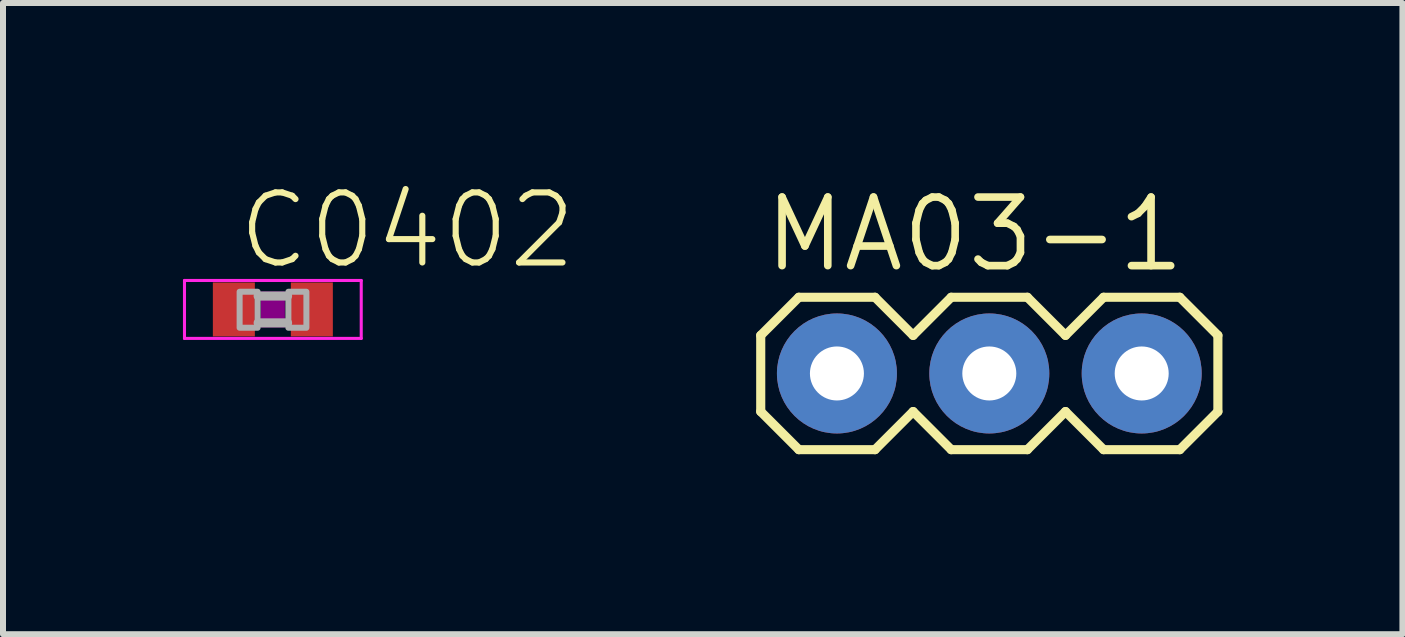
<source format=kicad_pcb>
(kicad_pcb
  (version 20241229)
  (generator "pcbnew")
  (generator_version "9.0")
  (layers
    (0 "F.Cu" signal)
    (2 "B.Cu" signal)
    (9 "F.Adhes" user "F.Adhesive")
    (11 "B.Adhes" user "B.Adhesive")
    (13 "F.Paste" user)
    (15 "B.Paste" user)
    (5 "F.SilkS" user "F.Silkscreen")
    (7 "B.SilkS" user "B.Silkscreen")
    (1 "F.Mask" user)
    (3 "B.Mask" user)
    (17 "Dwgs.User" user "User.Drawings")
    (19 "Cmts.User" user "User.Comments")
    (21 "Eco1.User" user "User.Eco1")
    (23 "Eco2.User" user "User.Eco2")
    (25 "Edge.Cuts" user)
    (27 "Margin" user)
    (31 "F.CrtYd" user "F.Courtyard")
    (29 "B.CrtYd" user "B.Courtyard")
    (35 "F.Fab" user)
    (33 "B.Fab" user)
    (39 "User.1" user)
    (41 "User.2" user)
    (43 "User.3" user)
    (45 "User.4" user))
  (footprint "MA03-1"
    (layer "F.Cu")
    (at 13.44 3.175)
    (property "Reference" "MA03-1" (at -3.81 -1.651 0) (layer "F.SilkS") (effects (font (size 1.143 1.143) (thickness 0.127)) (justify left bottom)))
    (fp_line (start -3.81 -0.635) (end -3.81 0.635) (stroke (width 0.152) (type solid)) (layer "F.SilkS"))
    (fp_line (start -3.81 0.635) (end -3.175 1.27) (stroke (width 0.152) (type solid)) (layer "F.SilkS"))
    (fp_line (start -3.175 -1.27) (end -3.81 -0.635) (stroke (width 0.152) (type solid)) (layer "F.SilkS"))
    (fp_line (start -3.175 -1.27) (end -1.905 -1.27) (stroke (width 0.152) (type solid)) (layer "F.SilkS"))
    (fp_line (start -1.905 -1.27) (end -1.27 -0.635) (stroke (width 0.152) (type solid)) (layer "F.SilkS"))
    (fp_line (start -1.905 1.27) (end -3.175 1.27) (stroke (width 0.152) (type solid)) (layer "F.SilkS"))
    (fp_line (start -1.27 -0.635) (end -0.635 -1.27) (stroke (width 0.152) (type solid)) (layer "F.SilkS"))
    (fp_line (start -1.27 0.635) (end -1.905 1.27) (stroke (width 0.152) (type solid)) (layer "F.SilkS"))
    (fp_line (start -0.635 -1.27) (end 0.635 -1.27) (stroke (width 0.152) (type solid)) (layer "F.SilkS"))
    (fp_line (start -0.635 1.27) (end -1.27 0.635) (stroke (width 0.152) (type solid)) (layer "F.SilkS"))
    (fp_line (start 0.635 -1.27) (end 1.27 -0.635) (stroke (width 0.152) (type solid)) (layer "F.SilkS"))
    (fp_line (start 0.635 1.27) (end -0.635 1.27) (stroke (width 0.152) (type solid)) (layer "F.SilkS"))
    (fp_line (start 1.27 -0.635) (end 1.905 -1.27) (stroke (width 0.152) (type solid)) (layer "F.SilkS"))
    (fp_line (start 1.27 0.635) (end 0.635 1.27) (stroke (width 0.152) (type solid)) (layer "F.SilkS"))
    (fp_line (start 1.905 -1.27) (end 3.175 -1.27) (stroke (width 0.152) (type solid)) (layer "F.SilkS"))
    (fp_line (start 1.905 1.27) (end 1.27 0.635) (stroke (width 0.152) (type solid)) (layer "F.SilkS"))
    (fp_line (start 3.175 -1.27) (end 3.81 -0.635) (stroke (width 0.152) (type solid)) (layer "F.SilkS"))
    (fp_line (start 3.175 1.27) (end 1.905 1.27) (stroke (width 0.152) (type solid)) (layer "F.SilkS"))
    (fp_line (start 3.81 -0.635) (end 3.81 0.635) (stroke (width 0.152) (type solid)) (layer "F.SilkS"))
    (fp_line (start 3.81 0.635) (end 3.175 1.27) (stroke (width 0.152) (type solid)) (layer "F.SilkS"))
    (fp_poly (pts (xy -2.794 0.254) (xy -2.286 0.254) (xy -2.286 -0.254) (xy -2.794 -0.254)) (stroke (width 0.1) (type solid)) (fill no) (layer "F.Fab"))
    (fp_poly (pts (xy -0.254 0.254) (xy 0.254 0.254) (xy 0.254 -0.254) (xy -0.254 -0.254)) (stroke (width 0.1) (type solid)) (fill no) (layer "F.Fab"))
    (fp_poly (pts (xy 2.286 0.254) (xy 2.794 0.254) (xy 2.794 -0.254) (xy 2.286 -0.254)) (stroke (width 0.1) (type solid)) (fill no) (layer "F.Fab"))
    (pad "1" thru_hole circle (at -2.54 0 90) (size 2 2) (drill 0.9) (layers "*.Cu" "*.Mask"))
    (pad "2" thru_hole circle (at 0 0 90) (size 2 2) (drill 0.9) (layers "*.Cu" "*.Mask"))
    (pad "3" thru_hole circle (at 2.54 0 90) (size 2 2) (drill 0.9) (layers "*.Cu" "*.Mask")))
  (footprint "C0402"
    (layer "F.Cu")
    (at 1.498 2.108)
    (property "Reference" "C0402" (at -0.635 -0.635 0) (layer "F.SilkS") (effects (font (size 1.168 1.168) (thickness 0.102)) (justify left bottom)))
    (fp_poly (pts (xy -0.2 0.3) (xy 0.2 0.3) (xy 0.2 -0.3) (xy -0.2 -0.3)) (stroke (width 0) (type solid)) (fill yes) (layer "F.Adhes"))
    (fp_line (start -1.473 -0.483) (end 1.473 -0.483) (stroke (width 0.051) (type solid)) (layer "F.CrtYd"))
    (fp_line (start -1.473 0.483) (end -1.473 -0.483) (stroke (width 0.051) (type solid)) (layer "F.CrtYd"))
    (fp_line (start 1.473 -0.483) (end 1.473 0.483) (stroke (width 0.051) (type solid)) (layer "F.CrtYd"))
    (fp_line (start 1.473 0.483) (end -1.473 0.483) (stroke (width 0.051) (type solid)) (layer "F.CrtYd"))
    (fp_line (start -0.245 -0.224) (end 0.245 -0.224) (stroke (width 0.152) (type solid)) (layer "F.Fab"))
    (fp_line (start 0.245 0.224) (end -0.245 0.224) (stroke (width 0.152) (type solid)) (layer "F.Fab"))
    (fp_poly (pts (xy -0.554 0.305) (xy -0.254 0.305) (xy -0.254 -0.295) (xy -0.554 -0.295)) (stroke (width 0.1) (type solid)) (fill no) (layer "F.Fab"))
    (fp_poly (pts (xy 0.259 0.305) (xy 0.559 0.305) (xy 0.559 -0.295) (xy 0.259 -0.295)) (stroke (width 0.1) (type solid)) (fill no) (layer "F.Fab"))
    (pad "1" smd rect (at -0.65 0) (size 0.7 0.9) (layers "F.Cu" "F.Mask" "F.Paste"))
    (pad "2" smd rect (at 0.65 0) (size 0.7 0.9) (layers "F.Cu" "F.Mask" "F.Paste")))
  (gr_rect
    (start -3 -3)
    (end 20.326 7.521)
    (stroke (width 0.1) (type default))
    (fill no)
    (layer "Edge.Cuts")))
</source>
